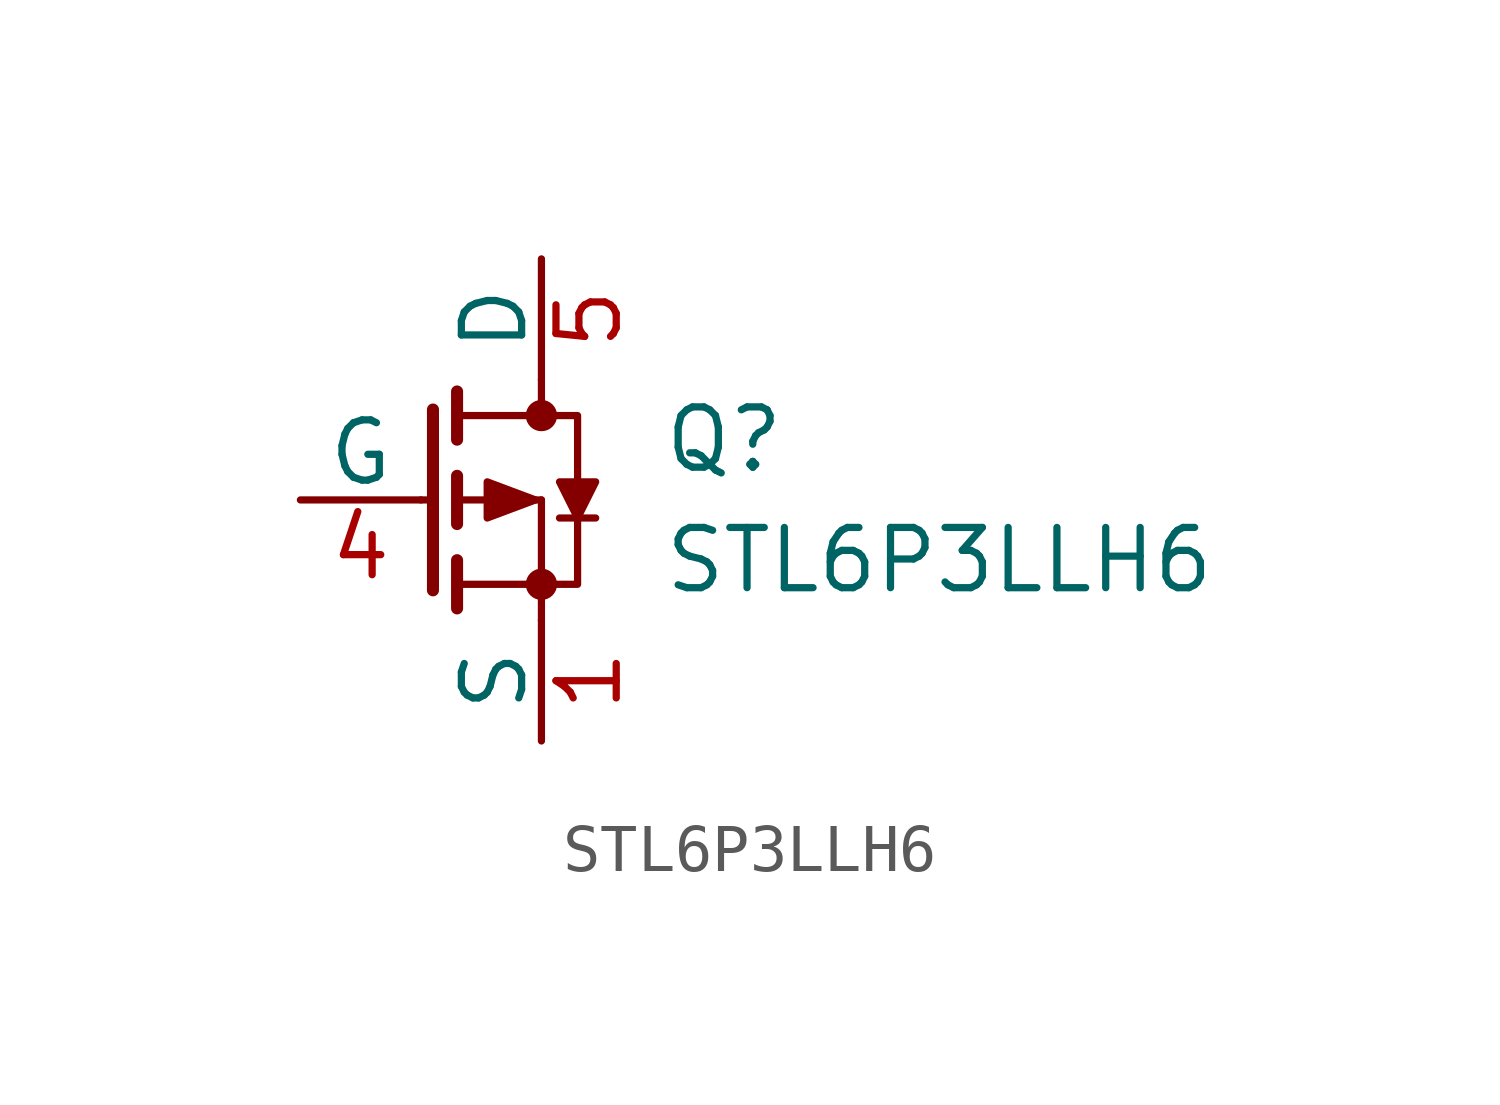
<source format=kicad_sym>
(kicad_symbol_lib
  (version 20241209)
  (generator "kicad_symbol_editor")
  (generator_version "9.0")
  (symbol "STL6P3LLH6"
    (pin_names
      (offset 0))
    (property "Reference" "Q"
      (at 5.08 1.27 0)
      (effects (font (size 1.27 1.27)) (justify left)))
    (property "Value" "STL6P3LLH6"
      (at 5.08 -1.27 0)
      (effects (font (size 1.27 1.27)) (justify left)))
    (symbol "STL6P3LLH6_0_1"
      (polyline (pts (xy 0 0) (xy 0.254 0)) (stroke (width 0) (type default)) (fill (type none)))
      (polyline (pts (xy 0.254 1.905) (xy 0.254 -1.905) (xy 0.254 -1.905)) (stroke (width 0.254) (type default)) (fill (type none)))
      (polyline (pts (xy 0.762 2.286) (xy 0.762 1.27)) (stroke (width 0.254) (type default)) (fill (type none)))
      (polyline (pts (xy 0.762 1.778) (xy 2.54 1.778)) (stroke (width 0) (type default)) (fill (type none)))
      (polyline (pts (xy 0.762 0.508) (xy 0.762 -0.508)) (stroke (width 0.254) (type default)) (fill (type none)))
      (polyline (pts (xy 0.762 0) (xy 2.54 0)) (stroke (width 0) (type default)) (fill (type none)))
      (polyline (pts (xy 0.762 -1.27) (xy 0.762 -2.286)) (stroke (width 0.254) (type default)) (fill (type none)))
      (polyline (pts (xy 0.762 -1.778) (xy 2.54 -1.778)) (stroke (width 0) (type default)) (fill (type none)))
      (polyline (pts (xy 1.397 0.381) (xy 1.397 -0.381) (xy 2.413 0) (xy 1.397 0.381)) (stroke (width 0) (type default)) (fill (type outline)))
      (polyline (pts (xy 2.54 2.54) (xy 2.54 1.778)) (stroke (width 0) (type default)) (fill (type none)))
      (circle (center 2.54 1.778) (radius 0.254) (stroke (width 0) (type default)) (fill (type outline)))
      (polyline (pts (xy 2.54 -1.778) (xy 2.54 0)) (stroke (width 0) (type default)) (fill (type none)))
      (polyline (pts (xy 2.54 -1.778) (xy 2.54 -2.54)) (stroke (width 0) (type default)) (fill (type none)))
      (polyline (pts (xy 2.54 -1.778) (xy 3.302 -1.778) (xy 3.302 -0.254)) (stroke (width 0) (type default)) (fill (type none)))
      (circle (center 2.54 -1.778) (radius 0.254) (stroke (width 0) (type default)) (fill (type outline)))
      (polyline (pts (xy 2.921 -0.381) (xy 3.683 -0.381)) (stroke (width 0) (type default)) (fill (type none)))
      (polyline (pts (xy 3.302 0.381) (xy 3.302 1.778) (xy 2.54 1.778)) (stroke (width 0) (type default)) (fill (type none)))
      (polyline (pts (xy 3.302 -0.381) (xy 3.683 0.381) (xy 3.302 0.381) (xy 2.921 0.381) (xy 3.302 -0.381)) (stroke (width 0) (type default)) (fill (type outline))))
    (symbol "STL6P3LLH6_1_1"
      (pin passive line (at -2.54 0 0) (length 2.54) (name "G" (effects (font (size 1.27 1.27)))) (number "4" (effects (font (size 1.27 1.27)))))
      (pin passive line (at 2.54 5.08 270) (length 2.54) (name "D" (effects (font (size 1.27 1.27)))) (number "5" (effects (font (size 1.27 1.27)))))
      (pin passive line (at 2.54 5.08 270) (length 2.54) (hide yes) (name "D" (effects (font (size 1.27 1.27)))) (number "6" (effects (font (size 1.27 1.27)))))
      (pin passive line (at 2.54 5.08 270) (length 2.54) (hide yes) (name "D" (effects (font (size 1.27 1.27)))) (number "7" (effects (font (size 1.27 1.27)))))
      (pin passive line (at 2.54 5.08 270) (length 2.54) (hide yes) (name "D" (effects (font (size 1.27 1.27)))) (number "8" (effects (font (size 1.27 1.27)))))
      (pin passive line (at 2.54 -5.08 90) (length 2.54) (name "S" (effects (font (size 1.27 1.27)))) (number "1" (effects (font (size 1.27 1.27)))))
      (pin passive line (at 2.54 -5.08 90) (length 2.54) (hide yes) (name "S" (effects (font (size 1.27 1.27)))) (number "2" (effects (font (size 1.27 1.27)))))
      (pin passive line (at 2.54 -5.08 90) (length 2.54) (hide yes) (name "S" (effects (font (size 1.27 1.27)))) (number "3" (effects (font (size 1.27 1.27))))))))
</source>
